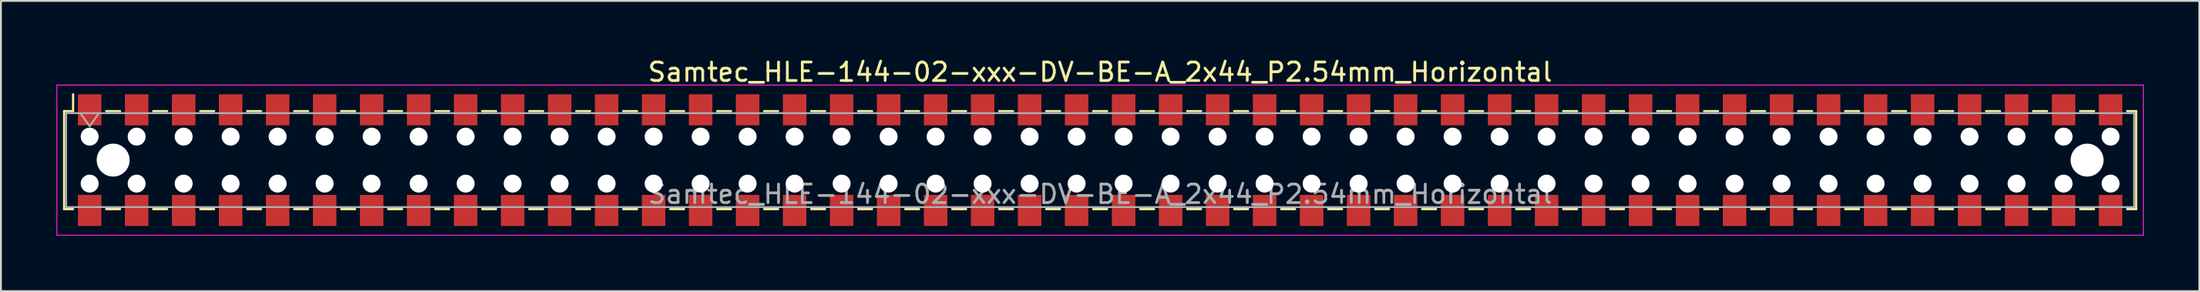
<source format=kicad_pcb>
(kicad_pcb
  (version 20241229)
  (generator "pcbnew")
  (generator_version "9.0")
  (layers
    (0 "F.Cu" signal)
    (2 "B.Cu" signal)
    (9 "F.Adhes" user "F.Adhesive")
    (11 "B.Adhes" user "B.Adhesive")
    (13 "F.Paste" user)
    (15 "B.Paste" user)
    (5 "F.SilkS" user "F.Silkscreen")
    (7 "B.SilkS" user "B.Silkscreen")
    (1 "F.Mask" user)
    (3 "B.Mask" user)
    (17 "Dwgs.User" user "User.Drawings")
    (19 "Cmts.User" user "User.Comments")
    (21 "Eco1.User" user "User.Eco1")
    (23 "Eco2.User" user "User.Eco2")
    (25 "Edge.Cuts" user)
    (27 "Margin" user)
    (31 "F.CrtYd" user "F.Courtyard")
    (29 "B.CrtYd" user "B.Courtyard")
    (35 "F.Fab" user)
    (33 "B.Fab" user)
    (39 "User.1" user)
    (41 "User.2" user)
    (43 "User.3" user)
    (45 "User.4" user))
  (footprint "Samtec_HLE-144-02-xxx-DV-BE-A_2x44_P2.54mm_Horizontal"
    (layer "F.Cu")
    (at 56.405 5.608)
    (property "Reference" "Samtec_HLE-144-02-xxx-DV-BE-A_2x44_P2.54mm_Horizontal" (at 0 -4.76 0) (layer "F.SilkS") (effects (font (size 1 1) (thickness 0.15))))
    (attr smd)
    (fp_line (start -55.99 -2.65) (end -55.99 2.65) (stroke (width 0.12) (type solid)) (layer "F.SilkS"))
    (fp_line (start -55.99 2.65) (end -55.505 2.65) (stroke (width 0.12) (type solid)) (layer "F.SilkS"))
    (fp_line (start -55.505 -3.56) (end -55.505 -2.65) (stroke (width 0.12) (type solid)) (layer "F.SilkS"))
    (fp_line (start -55.505 -2.65) (end -55.99 -2.65) (stroke (width 0.12) (type solid)) (layer "F.SilkS"))
    (fp_line (start -53.715 -2.65) (end -52.965 -2.65) (stroke (width 0.12) (type solid)) (layer "F.SilkS"))
    (fp_line (start -53.715 2.65) (end -52.965 2.65) (stroke (width 0.12) (type solid)) (layer "F.SilkS"))
    (fp_line (start -51.175 -2.65) (end -50.425 -2.65) (stroke (width 0.12) (type solid)) (layer "F.SilkS"))
    (fp_line (start -51.175 2.65) (end -50.425 2.65) (stroke (width 0.12) (type solid)) (layer "F.SilkS"))
    (fp_line (start -48.635 -2.65) (end -47.885 -2.65) (stroke (width 0.12) (type solid)) (layer "F.SilkS"))
    (fp_line (start -48.635 2.65) (end -47.885 2.65) (stroke (width 0.12) (type solid)) (layer "F.SilkS"))
    (fp_line (start -46.095 -2.65) (end -45.345 -2.65) (stroke (width 0.12) (type solid)) (layer "F.SilkS"))
    (fp_line (start -46.095 2.65) (end -45.345 2.65) (stroke (width 0.12) (type solid)) (layer "F.SilkS"))
    (fp_line (start -43.555 -2.65) (end -42.805 -2.65) (stroke (width 0.12) (type solid)) (layer "F.SilkS"))
    (fp_line (start -43.555 2.65) (end -42.805 2.65) (stroke (width 0.12) (type solid)) (layer "F.SilkS"))
    (fp_line (start -41.015 -2.65) (end -40.265 -2.65) (stroke (width 0.12) (type solid)) (layer "F.SilkS"))
    (fp_line (start -41.015 2.65) (end -40.265 2.65) (stroke (width 0.12) (type solid)) (layer "F.SilkS"))
    (fp_line (start -38.475 -2.65) (end -37.725 -2.65) (stroke (width 0.12) (type solid)) (layer "F.SilkS"))
    (fp_line (start -38.475 2.65) (end -37.725 2.65) (stroke (width 0.12) (type solid)) (layer "F.SilkS"))
    (fp_line (start -35.935 -2.65) (end -35.185 -2.65) (stroke (width 0.12) (type solid)) (layer "F.SilkS"))
    (fp_line (start -35.935 2.65) (end -35.185 2.65) (stroke (width 0.12) (type solid)) (layer "F.SilkS"))
    (fp_line (start -33.395 -2.65) (end -32.645 -2.65) (stroke (width 0.12) (type solid)) (layer "F.SilkS"))
    (fp_line (start -33.395 2.65) (end -32.645 2.65) (stroke (width 0.12) (type solid)) (layer "F.SilkS"))
    (fp_line (start -30.855 -2.65) (end -30.105 -2.65) (stroke (width 0.12) (type solid)) (layer "F.SilkS"))
    (fp_line (start -30.855 2.65) (end -30.105 2.65) (stroke (width 0.12) (type solid)) (layer "F.SilkS"))
    (fp_line (start -28.315 -2.65) (end -27.565 -2.65) (stroke (width 0.12) (type solid)) (layer "F.SilkS"))
    (fp_line (start -28.315 2.65) (end -27.565 2.65) (stroke (width 0.12) (type solid)) (layer "F.SilkS"))
    (fp_line (start -25.775 -2.65) (end -25.025 -2.65) (stroke (width 0.12) (type solid)) (layer "F.SilkS"))
    (fp_line (start -25.775 2.65) (end -25.025 2.65) (stroke (width 0.12) (type solid)) (layer "F.SilkS"))
    (fp_line (start -23.235 -2.65) (end -22.485 -2.65) (stroke (width 0.12) (type solid)) (layer "F.SilkS"))
    (fp_line (start -23.235 2.65) (end -22.485 2.65) (stroke (width 0.12) (type solid)) (layer "F.SilkS"))
    (fp_line (start -20.695 -2.65) (end -19.945 -2.65) (stroke (width 0.12) (type solid)) (layer "F.SilkS"))
    (fp_line (start -20.695 2.65) (end -19.945 2.65) (stroke (width 0.12) (type solid)) (layer "F.SilkS"))
    (fp_line (start -18.155 -2.65) (end -17.405 -2.65) (stroke (width 0.12) (type solid)) (layer "F.SilkS"))
    (fp_line (start -18.155 2.65) (end -17.405 2.65) (stroke (width 0.12) (type solid)) (layer "F.SilkS"))
    (fp_line (start -15.615 -2.65) (end -14.865 -2.65) (stroke (width 0.12) (type solid)) (layer "F.SilkS"))
    (fp_line (start -15.615 2.65) (end -14.865 2.65) (stroke (width 0.12) (type solid)) (layer "F.SilkS"))
    (fp_line (start -13.075 -2.65) (end -12.325 -2.65) (stroke (width 0.12) (type solid)) (layer "F.SilkS"))
    (fp_line (start -13.075 2.65) (end -12.325 2.65) (stroke (width 0.12) (type solid)) (layer "F.SilkS"))
    (fp_line (start -10.535 -2.65) (end -9.785 -2.65) (stroke (width 0.12) (type solid)) (layer "F.SilkS"))
    (fp_line (start -10.535 2.65) (end -9.785 2.65) (stroke (width 0.12) (type solid)) (layer "F.SilkS"))
    (fp_line (start -7.995 -2.65) (end -7.245 -2.65) (stroke (width 0.12) (type solid)) (layer "F.SilkS"))
    (fp_line (start -7.995 2.65) (end -7.245 2.65) (stroke (width 0.12) (type solid)) (layer "F.SilkS"))
    (fp_line (start -5.455 -2.65) (end -4.705 -2.65) (stroke (width 0.12) (type solid)) (layer "F.SilkS"))
    (fp_line (start -5.455 2.65) (end -4.705 2.65) (stroke (width 0.12) (type solid)) (layer "F.SilkS"))
    (fp_line (start -2.915 -2.65) (end -2.165 -2.65) (stroke (width 0.12) (type solid)) (layer "F.SilkS"))
    (fp_line (start -2.915 2.65) (end -2.165 2.65) (stroke (width 0.12) (type solid)) (layer "F.SilkS"))
    (fp_line (start -0.375 -2.65) (end 0.375 -2.65) (stroke (width 0.12) (type solid)) (layer "F.SilkS"))
    (fp_line (start -0.375 2.65) (end 0.375 2.65) (stroke (width 0.12) (type solid)) (layer "F.SilkS"))
    (fp_line (start 2.165 -2.65) (end 2.915 -2.65) (stroke (width 0.12) (type solid)) (layer "F.SilkS"))
    (fp_line (start 2.165 2.65) (end 2.915 2.65) (stroke (width 0.12) (type solid)) (layer "F.SilkS"))
    (fp_line (start 4.705 -2.65) (end 5.455 -2.65) (stroke (width 0.12) (type solid)) (layer "F.SilkS"))
    (fp_line (start 4.705 2.65) (end 5.455 2.65) (stroke (width 0.12) (type solid)) (layer "F.SilkS"))
    (fp_line (start 7.245 -2.65) (end 7.995 -2.65) (stroke (width 0.12) (type solid)) (layer "F.SilkS"))
    (fp_line (start 7.245 2.65) (end 7.995 2.65) (stroke (width 0.12) (type solid)) (layer "F.SilkS"))
    (fp_line (start 9.785 -2.65) (end 10.535 -2.65) (stroke (width 0.12) (type solid)) (layer "F.SilkS"))
    (fp_line (start 9.785 2.65) (end 10.535 2.65) (stroke (width 0.12) (type solid)) (layer "F.SilkS"))
    (fp_line (start 12.325 -2.65) (end 13.075 -2.65) (stroke (width 0.12) (type solid)) (layer "F.SilkS"))
    (fp_line (start 12.325 2.65) (end 13.075 2.65) (stroke (width 0.12) (type solid)) (layer "F.SilkS"))
    (fp_line (start 14.865 -2.65) (end 15.615 -2.65) (stroke (width 0.12) (type solid)) (layer "F.SilkS"))
    (fp_line (start 14.865 2.65) (end 15.615 2.65) (stroke (width 0.12) (type solid)) (layer "F.SilkS"))
    (fp_line (start 17.405 -2.65) (end 18.155 -2.65) (stroke (width 0.12) (type solid)) (layer "F.SilkS"))
    (fp_line (start 17.405 2.65) (end 18.155 2.65) (stroke (width 0.12) (type solid)) (layer "F.SilkS"))
    (fp_line (start 19.945 -2.65) (end 20.695 -2.65) (stroke (width 0.12) (type solid)) (layer "F.SilkS"))
    (fp_line (start 19.945 2.65) (end 20.695 2.65) (stroke (width 0.12) (type solid)) (layer "F.SilkS"))
    (fp_line (start 22.485 -2.65) (end 23.235 -2.65) (stroke (width 0.12) (type solid)) (layer "F.SilkS"))
    (fp_line (start 22.485 2.65) (end 23.235 2.65) (stroke (width 0.12) (type solid)) (layer "F.SilkS"))
    (fp_line (start 25.025 -2.65) (end 25.775 -2.65) (stroke (width 0.12) (type solid)) (layer "F.SilkS"))
    (fp_line (start 25.025 2.65) (end 25.775 2.65) (stroke (width 0.12) (type solid)) (layer "F.SilkS"))
    (fp_line (start 27.565 -2.65) (end 28.315 -2.65) (stroke (width 0.12) (type solid)) (layer "F.SilkS"))
    (fp_line (start 27.565 2.65) (end 28.315 2.65) (stroke (width 0.12) (type solid)) (layer "F.SilkS"))
    (fp_line (start 30.105 -2.65) (end 30.855 -2.65) (stroke (width 0.12) (type solid)) (layer "F.SilkS"))
    (fp_line (start 30.105 2.65) (end 30.855 2.65) (stroke (width 0.12) (type solid)) (layer "F.SilkS"))
    (fp_line (start 32.645 -2.65) (end 33.395 -2.65) (stroke (width 0.12) (type solid)) (layer "F.SilkS"))
    (fp_line (start 32.645 2.65) (end 33.395 2.65) (stroke (width 0.12) (type solid)) (layer "F.SilkS"))
    (fp_line (start 35.185 -2.65) (end 35.935 -2.65) (stroke (width 0.12) (type solid)) (layer "F.SilkS"))
    (fp_line (start 35.185 2.65) (end 35.935 2.65) (stroke (width 0.12) (type solid)) (layer "F.SilkS"))
    (fp_line (start 37.725 -2.65) (end 38.475 -2.65) (stroke (width 0.12) (type solid)) (layer "F.SilkS"))
    (fp_line (start 37.725 2.65) (end 38.475 2.65) (stroke (width 0.12) (type solid)) (layer "F.SilkS"))
    (fp_line (start 40.265 -2.65) (end 41.015 -2.65) (stroke (width 0.12) (type solid)) (layer "F.SilkS"))
    (fp_line (start 40.265 2.65) (end 41.015 2.65) (stroke (width 0.12) (type solid)) (layer "F.SilkS"))
    (fp_line (start 42.805 -2.65) (end 43.555 -2.65) (stroke (width 0.12) (type solid)) (layer "F.SilkS"))
    (fp_line (start 42.805 2.65) (end 43.555 2.65) (stroke (width 0.12) (type solid)) (layer "F.SilkS"))
    (fp_line (start 45.345 -2.65) (end 46.095 -2.65) (stroke (width 0.12) (type solid)) (layer "F.SilkS"))
    (fp_line (start 45.345 2.65) (end 46.095 2.65) (stroke (width 0.12) (type solid)) (layer "F.SilkS"))
    (fp_line (start 47.885 -2.65) (end 48.635 -2.65) (stroke (width 0.12) (type solid)) (layer "F.SilkS"))
    (fp_line (start 47.885 2.65) (end 48.635 2.65) (stroke (width 0.12) (type solid)) (layer "F.SilkS"))
    (fp_line (start 50.425 -2.65) (end 51.175 -2.65) (stroke (width 0.12) (type solid)) (layer "F.SilkS"))
    (fp_line (start 50.425 2.65) (end 51.175 2.65) (stroke (width 0.12) (type solid)) (layer "F.SilkS"))
    (fp_line (start 52.965 -2.65) (end 53.715 -2.65) (stroke (width 0.12) (type solid)) (layer "F.SilkS"))
    (fp_line (start 52.965 2.65) (end 53.715 2.65) (stroke (width 0.12) (type solid)) (layer "F.SilkS"))
    (fp_line (start 55.505 -2.65) (end 55.99 -2.65) (stroke (width 0.12) (type solid)) (layer "F.SilkS"))
    (fp_line (start 55.99 -2.65) (end 55.99 2.65) (stroke (width 0.12) (type solid)) (layer "F.SilkS"))
    (fp_line (start 55.99 2.65) (end 55.505 2.65) (stroke (width 0.12) (type solid)) (layer "F.SilkS"))
    (fp_line (start -56.38 -4.06) (end 56.38 -4.06) (stroke (width 0.05) (type solid)) (layer "F.CrtYd"))
    (fp_line (start -56.38 4.06) (end -56.38 -4.06) (stroke (width 0.05) (type solid)) (layer "F.CrtYd"))
    (fp_line (start 56.38 -4.06) (end 56.38 4.06) (stroke (width 0.05) (type solid)) (layer "F.CrtYd"))
    (fp_line (start 56.38 4.06) (end -56.38 4.06) (stroke (width 0.05) (type solid)) (layer "F.CrtYd"))
    (fp_line (start -55.88 -2.54) (end 55.88 -2.54) (stroke (width 0.1) (type solid)) (layer "F.Fab"))
    (fp_line (start -55.88 2.54) (end -55.88 -2.54) (stroke (width 0.1) (type solid)) (layer "F.Fab"))
    (fp_line (start -55.11 -2.54) (end -54.61 -1.833) (stroke (width 0.1) (type solid)) (layer "F.Fab"))
    (fp_line (start -54.61 -1.833) (end -54.11 -2.54) (stroke (width 0.1) (type solid)) (layer "F.Fab"))
    (fp_line (start 55.88 -2.54) (end 55.88 2.54) (stroke (width 0.1) (type solid)) (layer "F.Fab"))
    (fp_line (start 55.88 2.54) (end -55.88 2.54) (stroke (width 0.1) (type solid)) (layer "F.Fab"))
    (fp_text user "${REFERENCE}" (at 0 1.84 0) (layer "F.Fab") (effects (font (size 1 1) (thickness 0.15))))
    (pad "" np_thru_hole circle (at -54.61 -1.27) (size 0.97 0.97) (drill 0.97) (layers "*.Cu" "*.Mask"))
    (pad "" np_thru_hole circle (at -54.61 1.27) (size 0.97 0.97) (drill 0.97) (layers "*.Cu" "*.Mask"))
    (pad "" np_thru_hole circle (at -53.34 0) (size 1.78 1.78) (drill 1.78) (layers "*.Cu" "*.Mask"))
    (pad "" np_thru_hole circle (at -52.07 -1.27) (size 0.97 0.97) (drill 0.97) (layers "*.Cu" "*.Mask"))
    (pad "" np_thru_hole circle (at -52.07 1.27) (size 0.97 0.97) (drill 0.97) (layers "*.Cu" "*.Mask"))
    (pad "" np_thru_hole circle (at -49.53 -1.27) (size 0.97 0.97) (drill 0.97) (layers "*.Cu" "*.Mask"))
    (pad "" np_thru_hole circle (at -49.53 1.27) (size 0.97 0.97) (drill 0.97) (layers "*.Cu" "*.Mask"))
    (pad "" np_thru_hole circle (at -46.99 -1.27) (size 0.97 0.97) (drill 0.97) (layers "*.Cu" "*.Mask"))
    (pad "" np_thru_hole circle (at -46.99 1.27) (size 0.97 0.97) (drill 0.97) (layers "*.Cu" "*.Mask"))
    (pad "" np_thru_hole circle (at -44.45 -1.27) (size 0.97 0.97) (drill 0.97) (layers "*.Cu" "*.Mask"))
    (pad "" np_thru_hole circle (at -44.45 1.27) (size 0.97 0.97) (drill 0.97) (layers "*.Cu" "*.Mask"))
    (pad "" np_thru_hole circle (at -41.91 -1.27) (size 0.97 0.97) (drill 0.97) (layers "*.Cu" "*.Mask"))
    (pad "" np_thru_hole circle (at -41.91 1.27) (size 0.97 0.97) (drill 0.97) (layers "*.Cu" "*.Mask"))
    (pad "" np_thru_hole circle (at -39.37 -1.27) (size 0.97 0.97) (drill 0.97) (layers "*.Cu" "*.Mask"))
    (pad "" np_thru_hole circle (at -39.37 1.27) (size 0.97 0.97) (drill 0.97) (layers "*.Cu" "*.Mask"))
    (pad "" np_thru_hole circle (at -36.83 -1.27) (size 0.97 0.97) (drill 0.97) (layers "*.Cu" "*.Mask"))
    (pad "" np_thru_hole circle (at -36.83 1.27) (size 0.97 0.97) (drill 0.97) (layers "*.Cu" "*.Mask"))
    (pad "" np_thru_hole circle (at -34.29 -1.27) (size 0.97 0.97) (drill 0.97) (layers "*.Cu" "*.Mask"))
    (pad "" np_thru_hole circle (at -34.29 1.27) (size 0.97 0.97) (drill 0.97) (layers "*.Cu" "*.Mask"))
    (pad "" np_thru_hole circle (at -31.75 -1.27) (size 0.97 0.97) (drill 0.97) (layers "*.Cu" "*.Mask"))
    (pad "" np_thru_hole circle (at -31.75 1.27) (size 0.97 0.97) (drill 0.97) (layers "*.Cu" "*.Mask"))
    (pad "" np_thru_hole circle (at -29.21 -1.27) (size 0.97 0.97) (drill 0.97) (layers "*.Cu" "*.Mask"))
    (pad "" np_thru_hole circle (at -29.21 1.27) (size 0.97 0.97) (drill 0.97) (layers "*.Cu" "*.Mask"))
    (pad "" np_thru_hole circle (at -26.67 -1.27) (size 0.97 0.97) (drill 0.97) (layers "*.Cu" "*.Mask"))
    (pad "" np_thru_hole circle (at -26.67 1.27) (size 0.97 0.97) (drill 0.97) (layers "*.Cu" "*.Mask"))
    (pad "" np_thru_hole circle (at -24.13 -1.27) (size 0.97 0.97) (drill 0.97) (layers "*.Cu" "*.Mask"))
    (pad "" np_thru_hole circle (at -24.13 1.27) (size 0.97 0.97) (drill 0.97) (layers "*.Cu" "*.Mask"))
    (pad "" np_thru_hole circle (at -21.59 -1.27) (size 0.97 0.97) (drill 0.97) (layers "*.Cu" "*.Mask"))
    (pad "" np_thru_hole circle (at -21.59 1.27) (size 0.97 0.97) (drill 0.97) (layers "*.Cu" "*.Mask"))
    (pad "" np_thru_hole circle (at -19.05 -1.27) (size 0.97 0.97) (drill 0.97) (layers "*.Cu" "*.Mask"))
    (pad "" np_thru_hole circle (at -19.05 1.27) (size 0.97 0.97) (drill 0.97) (layers "*.Cu" "*.Mask"))
    (pad "" np_thru_hole circle (at -16.51 -1.27) (size 0.97 0.97) (drill 0.97) (layers "*.Cu" "*.Mask"))
    (pad "" np_thru_hole circle (at -16.51 1.27) (size 0.97 0.97) (drill 0.97) (layers "*.Cu" "*.Mask"))
    (pad "" np_thru_hole circle (at -13.97 -1.27) (size 0.97 0.97) (drill 0.97) (layers "*.Cu" "*.Mask"))
    (pad "" np_thru_hole circle (at -13.97 1.27) (size 0.97 0.97) (drill 0.97) (layers "*.Cu" "*.Mask"))
    (pad "" np_thru_hole circle (at -11.43 -1.27) (size 0.97 0.97) (drill 0.97) (layers "*.Cu" "*.Mask"))
    (pad "" np_thru_hole circle (at -11.43 1.27) (size 0.97 0.97) (drill 0.97) (layers "*.Cu" "*.Mask"))
    (pad "" np_thru_hole circle (at -8.89 -1.27) (size 0.97 0.97) (drill 0.97) (layers "*.Cu" "*.Mask"))
    (pad "" np_thru_hole circle (at -8.89 1.27) (size 0.97 0.97) (drill 0.97) (layers "*.Cu" "*.Mask"))
    (pad "" np_thru_hole circle (at -6.35 -1.27) (size 0.97 0.97) (drill 0.97) (layers "*.Cu" "*.Mask"))
    (pad "" np_thru_hole circle (at -6.35 1.27) (size 0.97 0.97) (drill 0.97) (layers "*.Cu" "*.Mask"))
    (pad "" np_thru_hole circle (at -3.81 -1.27) (size 0.97 0.97) (drill 0.97) (layers "*.Cu" "*.Mask"))
    (pad "" np_thru_hole circle (at -3.81 1.27) (size 0.97 0.97) (drill 0.97) (layers "*.Cu" "*.Mask"))
    (pad "" np_thru_hole circle (at -1.27 -1.27) (size 0.97 0.97) (drill 0.97) (layers "*.Cu" "*.Mask"))
    (pad "" np_thru_hole circle (at -1.27 1.27) (size 0.97 0.97) (drill 0.97) (layers "*.Cu" "*.Mask"))
    (pad "" np_thru_hole circle (at 1.27 -1.27) (size 0.97 0.97) (drill 0.97) (layers "*.Cu" "*.Mask"))
    (pad "" np_thru_hole circle (at 1.27 1.27) (size 0.97 0.97) (drill 0.97) (layers "*.Cu" "*.Mask"))
    (pad "" np_thru_hole circle (at 3.81 -1.27) (size 0.97 0.97) (drill 0.97) (layers "*.Cu" "*.Mask"))
    (pad "" np_thru_hole circle (at 3.81 1.27) (size 0.97 0.97) (drill 0.97) (layers "*.Cu" "*.Mask"))
    (pad "" np_thru_hole circle (at 6.35 -1.27) (size 0.97 0.97) (drill 0.97) (layers "*.Cu" "*.Mask"))
    (pad "" np_thru_hole circle (at 6.35 1.27) (size 0.97 0.97) (drill 0.97) (layers "*.Cu" "*.Mask"))
    (pad "" np_thru_hole circle (at 8.89 -1.27) (size 0.97 0.97) (drill 0.97) (layers "*.Cu" "*.Mask"))
    (pad "" np_thru_hole circle (at 8.89 1.27) (size 0.97 0.97) (drill 0.97) (layers "*.Cu" "*.Mask"))
    (pad "" np_thru_hole circle (at 11.43 -1.27) (size 0.97 0.97) (drill 0.97) (layers "*.Cu" "*.Mask"))
    (pad "" np_thru_hole circle (at 11.43 1.27) (size 0.97 0.97) (drill 0.97) (layers "*.Cu" "*.Mask"))
    (pad "" np_thru_hole circle (at 13.97 -1.27) (size 0.97 0.97) (drill 0.97) (layers "*.Cu" "*.Mask"))
    (pad "" np_thru_hole circle (at 13.97 1.27) (size 0.97 0.97) (drill 0.97) (layers "*.Cu" "*.Mask"))
    (pad "" np_thru_hole circle (at 16.51 -1.27) (size 0.97 0.97) (drill 0.97) (layers "*.Cu" "*.Mask"))
    (pad "" np_thru_hole circle (at 16.51 1.27) (size 0.97 0.97) (drill 0.97) (layers "*.Cu" "*.Mask"))
    (pad "" np_thru_hole circle (at 19.05 -1.27) (size 0.97 0.97) (drill 0.97) (layers "*.Cu" "*.Mask"))
    (pad "" np_thru_hole circle (at 19.05 1.27) (size 0.97 0.97) (drill 0.97) (layers "*.Cu" "*.Mask"))
    (pad "" np_thru_hole circle (at 21.59 -1.27) (size 0.97 0.97) (drill 0.97) (layers "*.Cu" "*.Mask"))
    (pad "" np_thru_hole circle (at 21.59 1.27) (size 0.97 0.97) (drill 0.97) (layers "*.Cu" "*.Mask"))
    (pad "" np_thru_hole circle (at 24.13 -1.27) (size 0.97 0.97) (drill 0.97) (layers "*.Cu" "*.Mask"))
    (pad "" np_thru_hole circle (at 24.13 1.27) (size 0.97 0.97) (drill 0.97) (layers "*.Cu" "*.Mask"))
    (pad "" np_thru_hole circle (at 26.67 -1.27) (size 0.97 0.97) (drill 0.97) (layers "*.Cu" "*.Mask"))
    (pad "" np_thru_hole circle (at 26.67 1.27) (size 0.97 0.97) (drill 0.97) (layers "*.Cu" "*.Mask"))
    (pad "" np_thru_hole circle (at 29.21 -1.27) (size 0.97 0.97) (drill 0.97) (layers "*.Cu" "*.Mask"))
    (pad "" np_thru_hole circle (at 29.21 1.27) (size 0.97 0.97) (drill 0.97) (layers "*.Cu" "*.Mask"))
    (pad "" np_thru_hole circle (at 31.75 -1.27) (size 0.97 0.97) (drill 0.97) (layers "*.Cu" "*.Mask"))
    (pad "" np_thru_hole circle (at 31.75 1.27) (size 0.97 0.97) (drill 0.97) (layers "*.Cu" "*.Mask"))
    (pad "" np_thru_hole circle (at 34.29 -1.27) (size 0.97 0.97) (drill 0.97) (layers "*.Cu" "*.Mask"))
    (pad "" np_thru_hole circle (at 34.29 1.27) (size 0.97 0.97) (drill 0.97) (layers "*.Cu" "*.Mask"))
    (pad "" np_thru_hole circle (at 36.83 -1.27) (size 0.97 0.97) (drill 0.97) (layers "*.Cu" "*.Mask"))
    (pad "" np_thru_hole circle (at 36.83 1.27) (size 0.97 0.97) (drill 0.97) (layers "*.Cu" "*.Mask"))
    (pad "" np_thru_hole circle (at 39.37 -1.27) (size 0.97 0.97) (drill 0.97) (layers "*.Cu" "*.Mask"))
    (pad "" np_thru_hole circle (at 39.37 1.27) (size 0.97 0.97) (drill 0.97) (layers "*.Cu" "*.Mask"))
    (pad "" np_thru_hole circle (at 41.91 -1.27) (size 0.97 0.97) (drill 0.97) (layers "*.Cu" "*.Mask"))
    (pad "" np_thru_hole circle (at 41.91 1.27) (size 0.97 0.97) (drill 0.97) (layers "*.Cu" "*.Mask"))
    (pad "" np_thru_hole circle (at 44.45 -1.27) (size 0.97 0.97) (drill 0.97) (layers "*.Cu" "*.Mask"))
    (pad "" np_thru_hole circle (at 44.45 1.27) (size 0.97 0.97) (drill 0.97) (layers "*.Cu" "*.Mask"))
    (pad "" np_thru_hole circle (at 46.99 -1.27) (size 0.97 0.97) (drill 0.97) (layers "*.Cu" "*.Mask"))
    (pad "" np_thru_hole circle (at 46.99 1.27) (size 0.97 0.97) (drill 0.97) (layers "*.Cu" "*.Mask"))
    (pad "" np_thru_hole circle (at 49.53 -1.27) (size 0.97 0.97) (drill 0.97) (layers "*.Cu" "*.Mask"))
    (pad "" np_thru_hole circle (at 49.53 1.27) (size 0.97 0.97) (drill 0.97) (layers "*.Cu" "*.Mask"))
    (pad "" np_thru_hole circle (at 52.07 -1.27) (size 0.97 0.97) (drill 0.97) (layers "*.Cu" "*.Mask"))
    (pad "" np_thru_hole circle (at 52.07 1.27) (size 0.97 0.97) (drill 0.97) (layers "*.Cu" "*.Mask"))
    (pad "" np_thru_hole circle (at 53.34 0) (size 1.78 1.78) (drill 1.78) (layers "*.Cu" "*.Mask"))
    (pad "" np_thru_hole circle (at 54.61 -1.27) (size 0.97 0.97) (drill 0.97) (layers "*.Cu" "*.Mask"))
    (pad "" np_thru_hole circle (at 54.61 1.27) (size 0.97 0.97) (drill 0.97) (layers "*.Cu" "*.Mask"))
    (pad "1" smd rect (at -54.61 -2.72) (size 1.27 1.68) (layers "F.Cu" "F.Mask" "F.Paste"))
    (pad "2" smd rect (at -54.61 2.72) (size 1.27 1.68) (layers "F.Cu" "F.Mask" "F.Paste"))
    (pad "3" smd rect (at -52.07 -2.72) (size 1.27 1.68) (layers "F.Cu" "F.Mask" "F.Paste"))
    (pad "4" smd rect (at -52.07 2.72) (size 1.27 1.68) (layers "F.Cu" "F.Mask" "F.Paste"))
    (pad "5" smd rect (at -49.53 -2.72) (size 1.27 1.68) (layers "F.Cu" "F.Mask" "F.Paste"))
    (pad "6" smd rect (at -49.53 2.72) (size 1.27 1.68) (layers "F.Cu" "F.Mask" "F.Paste"))
    (pad "7" smd rect (at -46.99 -2.72) (size 1.27 1.68) (layers "F.Cu" "F.Mask" "F.Paste"))
    (pad "8" smd rect (at -46.99 2.72) (size 1.27 1.68) (layers "F.Cu" "F.Mask" "F.Paste"))
    (pad "9" smd rect (at -44.45 -2.72) (size 1.27 1.68) (layers "F.Cu" "F.Mask" "F.Paste"))
    (pad "10" smd rect (at -44.45 2.72) (size 1.27 1.68) (layers "F.Cu" "F.Mask" "F.Paste"))
    (pad "11" smd rect (at -41.91 -2.72) (size 1.27 1.68) (layers "F.Cu" "F.Mask" "F.Paste"))
    (pad "12" smd rect (at -41.91 2.72) (size 1.27 1.68) (layers "F.Cu" "F.Mask" "F.Paste"))
    (pad "13" smd rect (at -39.37 -2.72) (size 1.27 1.68) (layers "F.Cu" "F.Mask" "F.Paste"))
    (pad "14" smd rect (at -39.37 2.72) (size 1.27 1.68) (layers "F.Cu" "F.Mask" "F.Paste"))
    (pad "15" smd rect (at -36.83 -2.72) (size 1.27 1.68) (layers "F.Cu" "F.Mask" "F.Paste"))
    (pad "16" smd rect (at -36.83 2.72) (size 1.27 1.68) (layers "F.Cu" "F.Mask" "F.Paste"))
    (pad "17" smd rect (at -34.29 -2.72) (size 1.27 1.68) (layers "F.Cu" "F.Mask" "F.Paste"))
    (pad "18" smd rect (at -34.29 2.72) (size 1.27 1.68) (layers "F.Cu" "F.Mask" "F.Paste"))
    (pad "19" smd rect (at -31.75 -2.72) (size 1.27 1.68) (layers "F.Cu" "F.Mask" "F.Paste"))
    (pad "20" smd rect (at -31.75 2.72) (size 1.27 1.68) (layers "F.Cu" "F.Mask" "F.Paste"))
    (pad "21" smd rect (at -29.21 -2.72) (size 1.27 1.68) (layers "F.Cu" "F.Mask" "F.Paste"))
    (pad "22" smd rect (at -29.21 2.72) (size 1.27 1.68) (layers "F.Cu" "F.Mask" "F.Paste"))
    (pad "23" smd rect (at -26.67 -2.72) (size 1.27 1.68) (layers "F.Cu" "F.Mask" "F.Paste"))
    (pad "24" smd rect (at -26.67 2.72) (size 1.27 1.68) (layers "F.Cu" "F.Mask" "F.Paste"))
    (pad "25" smd rect (at -24.13 -2.72) (size 1.27 1.68) (layers "F.Cu" "F.Mask" "F.Paste"))
    (pad "26" smd rect (at -24.13 2.72) (size 1.27 1.68) (layers "F.Cu" "F.Mask" "F.Paste"))
    (pad "27" smd rect (at -21.59 -2.72) (size 1.27 1.68) (layers "F.Cu" "F.Mask" "F.Paste"))
    (pad "28" smd rect (at -21.59 2.72) (size 1.27 1.68) (layers "F.Cu" "F.Mask" "F.Paste"))
    (pad "29" smd rect (at -19.05 -2.72) (size 1.27 1.68) (layers "F.Cu" "F.Mask" "F.Paste"))
    (pad "30" smd rect (at -19.05 2.72) (size 1.27 1.68) (layers "F.Cu" "F.Mask" "F.Paste"))
    (pad "31" smd rect (at -16.51 -2.72) (size 1.27 1.68) (layers "F.Cu" "F.Mask" "F.Paste"))
    (pad "32" smd rect (at -16.51 2.72) (size 1.27 1.68) (layers "F.Cu" "F.Mask" "F.Paste"))
    (pad "33" smd rect (at -13.97 -2.72) (size 1.27 1.68) (layers "F.Cu" "F.Mask" "F.Paste"))
    (pad "34" smd rect (at -13.97 2.72) (size 1.27 1.68) (layers "F.Cu" "F.Mask" "F.Paste"))
    (pad "35" smd rect (at -11.43 -2.72) (size 1.27 1.68) (layers "F.Cu" "F.Mask" "F.Paste"))
    (pad "36" smd rect (at -11.43 2.72) (size 1.27 1.68) (layers "F.Cu" "F.Mask" "F.Paste"))
    (pad "37" smd rect (at -8.89 -2.72) (size 1.27 1.68) (layers "F.Cu" "F.Mask" "F.Paste"))
    (pad "38" smd rect (at -8.89 2.72) (size 1.27 1.68) (layers "F.Cu" "F.Mask" "F.Paste"))
    (pad "39" smd rect (at -6.35 -2.72) (size 1.27 1.68) (layers "F.Cu" "F.Mask" "F.Paste"))
    (pad "40" smd rect (at -6.35 2.72) (size 1.27 1.68) (layers "F.Cu" "F.Mask" "F.Paste"))
    (pad "41" smd rect (at -3.81 -2.72) (size 1.27 1.68) (layers "F.Cu" "F.Mask" "F.Paste"))
    (pad "42" smd rect (at -3.81 2.72) (size 1.27 1.68) (layers "F.Cu" "F.Mask" "F.Paste"))
    (pad "43" smd rect (at -1.27 -2.72) (size 1.27 1.68) (layers "F.Cu" "F.Mask" "F.Paste"))
    (pad "44" smd rect (at -1.27 2.72) (size 1.27 1.68) (layers "F.Cu" "F.Mask" "F.Paste"))
    (pad "45" smd rect (at 1.27 -2.72) (size 1.27 1.68) (layers "F.Cu" "F.Mask" "F.Paste"))
    (pad "46" smd rect (at 1.27 2.72) (size 1.27 1.68) (layers "F.Cu" "F.Mask" "F.Paste"))
    (pad "47" smd rect (at 3.81 -2.72) (size 1.27 1.68) (layers "F.Cu" "F.Mask" "F.Paste"))
    (pad "48" smd rect (at 3.81 2.72) (size 1.27 1.68) (layers "F.Cu" "F.Mask" "F.Paste"))
    (pad "49" smd rect (at 6.35 -2.72) (size 1.27 1.68) (layers "F.Cu" "F.Mask" "F.Paste"))
    (pad "50" smd rect (at 6.35 2.72) (size 1.27 1.68) (layers "F.Cu" "F.Mask" "F.Paste"))
    (pad "51" smd rect (at 8.89 -2.72) (size 1.27 1.68) (layers "F.Cu" "F.Mask" "F.Paste"))
    (pad "52" smd rect (at 8.89 2.72) (size 1.27 1.68) (layers "F.Cu" "F.Mask" "F.Paste"))
    (pad "53" smd rect (at 11.43 -2.72) (size 1.27 1.68) (layers "F.Cu" "F.Mask" "F.Paste"))
    (pad "54" smd rect (at 11.43 2.72) (size 1.27 1.68) (layers "F.Cu" "F.Mask" "F.Paste"))
    (pad "55" smd rect (at 13.97 -2.72) (size 1.27 1.68) (layers "F.Cu" "F.Mask" "F.Paste"))
    (pad "56" smd rect (at 13.97 2.72) (size 1.27 1.68) (layers "F.Cu" "F.Mask" "F.Paste"))
    (pad "57" smd rect (at 16.51 -2.72) (size 1.27 1.68) (layers "F.Cu" "F.Mask" "F.Paste"))
    (pad "58" smd rect (at 16.51 2.72) (size 1.27 1.68) (layers "F.Cu" "F.Mask" "F.Paste"))
    (pad "59" smd rect (at 19.05 -2.72) (size 1.27 1.68) (layers "F.Cu" "F.Mask" "F.Paste"))
    (pad "60" smd rect (at 19.05 2.72) (size 1.27 1.68) (layers "F.Cu" "F.Mask" "F.Paste"))
    (pad "61" smd rect (at 21.59 -2.72) (size 1.27 1.68) (layers "F.Cu" "F.Mask" "F.Paste"))
    (pad "62" smd rect (at 21.59 2.72) (size 1.27 1.68) (layers "F.Cu" "F.Mask" "F.Paste"))
    (pad "63" smd rect (at 24.13 -2.72) (size 1.27 1.68) (layers "F.Cu" "F.Mask" "F.Paste"))
    (pad "64" smd rect (at 24.13 2.72) (size 1.27 1.68) (layers "F.Cu" "F.Mask" "F.Paste"))
    (pad "65" smd rect (at 26.67 -2.72) (size 1.27 1.68) (layers "F.Cu" "F.Mask" "F.Paste"))
    (pad "66" smd rect (at 26.67 2.72) (size 1.27 1.68) (layers "F.Cu" "F.Mask" "F.Paste"))
    (pad "67" smd rect (at 29.21 -2.72) (size 1.27 1.68) (layers "F.Cu" "F.Mask" "F.Paste"))
    (pad "68" smd rect (at 29.21 2.72) (size 1.27 1.68) (layers "F.Cu" "F.Mask" "F.Paste"))
    (pad "69" smd rect (at 31.75 -2.72) (size 1.27 1.68) (layers "F.Cu" "F.Mask" "F.Paste"))
    (pad "70" smd rect (at 31.75 2.72) (size 1.27 1.68) (layers "F.Cu" "F.Mask" "F.Paste"))
    (pad "71" smd rect (at 34.29 -2.72) (size 1.27 1.68) (layers "F.Cu" "F.Mask" "F.Paste"))
    (pad "72" smd rect (at 34.29 2.72) (size 1.27 1.68) (layers "F.Cu" "F.Mask" "F.Paste"))
    (pad "73" smd rect (at 36.83 -2.72) (size 1.27 1.68) (layers "F.Cu" "F.Mask" "F.Paste"))
    (pad "74" smd rect (at 36.83 2.72) (size 1.27 1.68) (layers "F.Cu" "F.Mask" "F.Paste"))
    (pad "75" smd rect (at 39.37 -2.72) (size 1.27 1.68) (layers "F.Cu" "F.Mask" "F.Paste"))
    (pad "76" smd rect (at 39.37 2.72) (size 1.27 1.68) (layers "F.Cu" "F.Mask" "F.Paste"))
    (pad "77" smd rect (at 41.91 -2.72) (size 1.27 1.68) (layers "F.Cu" "F.Mask" "F.Paste"))
    (pad "78" smd rect (at 41.91 2.72) (size 1.27 1.68) (layers "F.Cu" "F.Mask" "F.Paste"))
    (pad "79" smd rect (at 44.45 -2.72) (size 1.27 1.68) (layers "F.Cu" "F.Mask" "F.Paste"))
    (pad "80" smd rect (at 44.45 2.72) (size 1.27 1.68) (layers "F.Cu" "F.Mask" "F.Paste"))
    (pad "81" smd rect (at 46.99 -2.72) (size 1.27 1.68) (layers "F.Cu" "F.Mask" "F.Paste"))
    (pad "82" smd rect (at 46.99 2.72) (size 1.27 1.68) (layers "F.Cu" "F.Mask" "F.Paste"))
    (pad "83" smd rect (at 49.53 -2.72) (size 1.27 1.68) (layers "F.Cu" "F.Mask" "F.Paste"))
    (pad "84" smd rect (at 49.53 2.72) (size 1.27 1.68) (layers "F.Cu" "F.Mask" "F.Paste"))
    (pad "85" smd rect (at 52.07 -2.72) (size 1.27 1.68) (layers "F.Cu" "F.Mask" "F.Paste"))
    (pad "86" smd rect (at 52.07 2.72) (size 1.27 1.68) (layers "F.Cu" "F.Mask" "F.Paste"))
    (pad "87" smd rect (at 54.61 -2.72) (size 1.27 1.68) (layers "F.Cu" "F.Mask" "F.Paste"))
    (pad "88" smd rect (at 54.61 2.72) (size 1.27 1.68) (layers "F.Cu" "F.Mask" "F.Paste")))
  (gr_rect
    (start -3 -3)
    (end 115.81 12.693)
    (stroke (width 0.1) (type default))
    (fill no)
    (layer "Edge.Cuts")))
</source>
